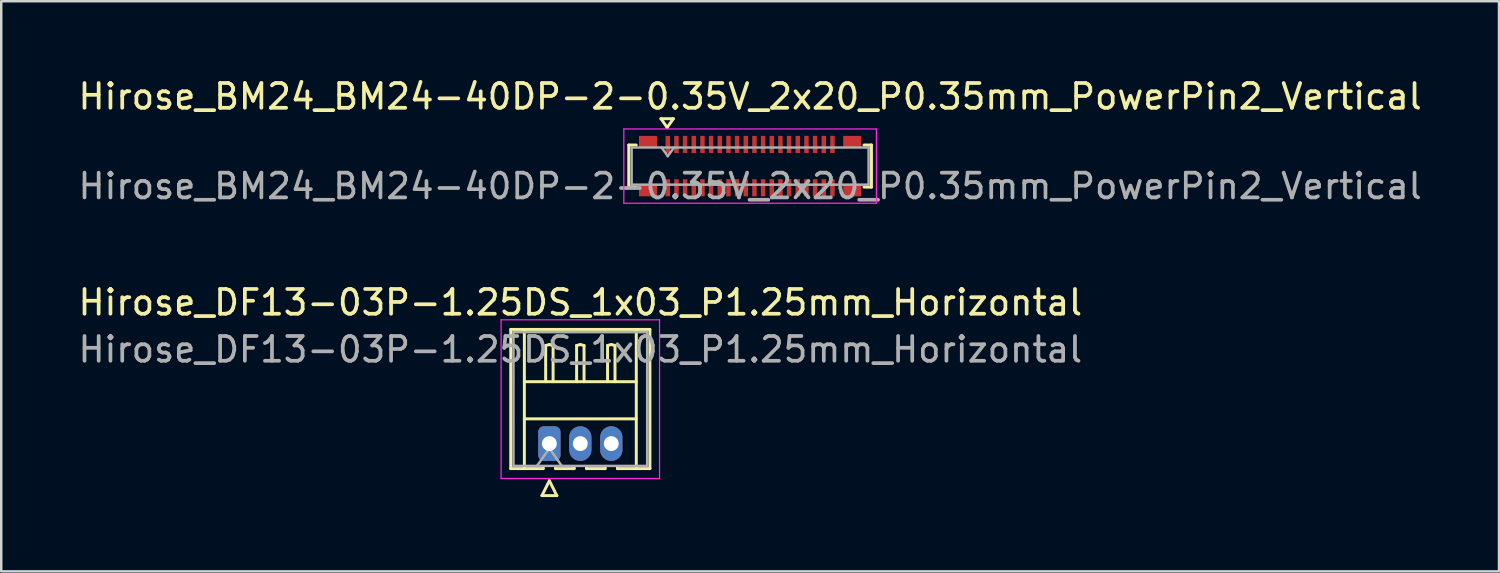
<source format=kicad_pcb>
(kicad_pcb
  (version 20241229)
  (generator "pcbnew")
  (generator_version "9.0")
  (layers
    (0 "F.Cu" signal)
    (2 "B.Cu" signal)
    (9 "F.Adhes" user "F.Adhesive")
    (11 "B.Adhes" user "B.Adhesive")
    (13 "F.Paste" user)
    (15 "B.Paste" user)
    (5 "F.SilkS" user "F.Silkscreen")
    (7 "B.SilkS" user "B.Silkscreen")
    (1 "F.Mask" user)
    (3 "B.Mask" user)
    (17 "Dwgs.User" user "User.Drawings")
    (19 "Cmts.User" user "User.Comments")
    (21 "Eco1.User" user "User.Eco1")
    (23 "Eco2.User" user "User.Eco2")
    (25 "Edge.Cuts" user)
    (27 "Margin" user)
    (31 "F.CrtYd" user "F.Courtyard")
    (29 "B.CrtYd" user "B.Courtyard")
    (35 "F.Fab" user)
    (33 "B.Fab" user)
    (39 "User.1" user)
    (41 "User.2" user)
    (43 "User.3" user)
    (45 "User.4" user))
  (footprint "Hirose_BM24_BM24-40DP-2-0.35V_2x20_P0.35mm_PowerPin2_Vertical"
    (layer "F.Cu")
    (at 27.244 3.658)
    (property "Reference" "Hirose_BM24_BM24-40DP-2-0.35V_2x20_P0.35mm_PowerPin2_Vertical" (at 0 -2.81 0) (layer "F.SilkS") (effects (font (size 1 1) (thickness 0.15))))
    (attr smd)
    (fp_line (start -4.9 -0.85) (end -4.9 0.85) (stroke (width 0.12) (type solid)) (layer "F.SilkS"))
    (fp_line (start -4.9 -0.85) (end -4.6 -0.85) (stroke (width 0.12) (type solid)) (layer "F.SilkS"))
    (fp_line (start -4.9 0.85) (end -4.6 0.85) (stroke (width 0.12) (type solid)) (layer "F.SilkS"))
    (fp_line (start -3.6 -1.914) (end -3.35 -1.56) (stroke (width 0.12) (type solid)) (layer "F.SilkS"))
    (fp_line (start -3.35 -1.56) (end -3.1 -1.914) (stroke (width 0.12) (type solid)) (layer "F.SilkS"))
    (fp_line (start -3.1 -1.914) (end -3.6 -1.914) (stroke (width 0.12) (type solid)) (layer "F.SilkS"))
    (fp_line (start 4.9 -0.85) (end 4.6 -0.85) (stroke (width 0.12) (type solid)) (layer "F.SilkS"))
    (fp_line (start 4.9 -0.85) (end 4.9 0.85) (stroke (width 0.12) (type solid)) (layer "F.SilkS"))
    (fp_line (start 4.9 0.85) (end 4.6 0.85) (stroke (width 0.12) (type solid)) (layer "F.SilkS"))
    (fp_line (start -5.1 -1.5) (end -5.1 1.5) (stroke (width 0.05) (type solid)) (layer "F.CrtYd"))
    (fp_line (start -5.1 1.5) (end 5.1 1.5) (stroke (width 0.05) (type solid)) (layer "F.CrtYd"))
    (fp_line (start 5.1 -1.5) (end -5.1 -1.5) (stroke (width 0.05) (type solid)) (layer "F.CrtYd"))
    (fp_line (start 5.1 1.5) (end 5.1 -1.5) (stroke (width 0.05) (type solid)) (layer "F.CrtYd"))
    (fp_line (start -4.785 -0.75) (end -4.785 0.75) (stroke (width 0.1) (type solid)) (layer "F.Fab"))
    (fp_line (start -4.785 -0.75) (end 4.785 -0.75) (stroke (width 0.1) (type solid)) (layer "F.Fab"))
    (fp_line (start -4.785 0.75) (end 4.785 0.75) (stroke (width 0.1) (type solid)) (layer "F.Fab"))
    (fp_line (start -3.575 -0.75) (end -3.325 -0.4) (stroke (width 0.1) (type solid)) (layer "F.Fab"))
    (fp_line (start -3.325 -0.4) (end -3.075 -0.75) (stroke (width 0.1) (type solid)) (layer "F.Fab"))
    (fp_line (start 4.785 -0.75) (end 4.785 0.75) (stroke (width 0.1) (type solid)) (layer "F.Fab"))
    (fp_text user "${REFERENCE}" (at 0 0.81 0) (layer "F.Fab") (effects (font (size 1 1) (thickness 0.15))))
    (pad "1" smd rect (at -3.325 -0.875) (size 0.18 0.69) (layers "F.Cu" "F.Mask" "F.Paste"))
    (pad "2" smd rect (at -3.325 0.875) (size 0.18 0.69) (layers "F.Cu" "F.Mask" "F.Paste"))
    (pad "3" smd rect (at -2.975 -0.875) (size 0.18 0.69) (layers "F.Cu" "F.Mask" "F.Paste"))
    (pad "4" smd rect (at -2.975 0.875) (size 0.18 0.69) (layers "F.Cu" "F.Mask" "F.Paste"))
    (pad "5" smd rect (at -2.625 -0.875) (size 0.18 0.69) (layers "F.Cu" "F.Mask" "F.Paste"))
    (pad "6" smd rect (at -2.625 0.875) (size 0.18 0.69) (layers "F.Cu" "F.Mask" "F.Paste"))
    (pad "7" smd rect (at -2.275 -0.875) (size 0.18 0.69) (layers "F.Cu" "F.Mask" "F.Paste"))
    (pad "8" smd rect (at -2.275 0.875) (size 0.18 0.69) (layers "F.Cu" "F.Mask" "F.Paste"))
    (pad "9" smd rect (at -1.925 -0.875) (size 0.18 0.69) (layers "F.Cu" "F.Mask" "F.Paste"))
    (pad "10" smd rect (at -1.925 0.875) (size 0.18 0.69) (layers "F.Cu" "F.Mask" "F.Paste"))
    (pad "11" smd rect (at -1.575 -0.875) (size 0.18 0.69) (layers "F.Cu" "F.Mask" "F.Paste"))
    (pad "12" smd rect (at -1.575 0.875) (size 0.18 0.69) (layers "F.Cu" "F.Mask" "F.Paste"))
    (pad "13" smd rect (at -1.225 -0.875) (size 0.18 0.69) (layers "F.Cu" "F.Mask" "F.Paste"))
    (pad "14" smd rect (at -1.225 0.875) (size 0.18 0.69) (layers "F.Cu" "F.Mask" "F.Paste"))
    (pad "15" smd rect (at -0.875 -0.875) (size 0.18 0.69) (layers "F.Cu" "F.Mask" "F.Paste"))
    (pad "16" smd rect (at -0.875 0.875) (size 0.18 0.69) (layers "F.Cu" "F.Mask" "F.Paste"))
    (pad "17" smd rect (at -0.525 -0.875) (size 0.18 0.69) (layers "F.Cu" "F.Mask" "F.Paste"))
    (pad "18" smd rect (at -0.525 0.875) (size 0.18 0.69) (layers "F.Cu" "F.Mask" "F.Paste"))
    (pad "19" smd rect (at -0.175 -0.875) (size 0.18 0.69) (layers "F.Cu" "F.Mask" "F.Paste"))
    (pad "20" smd rect (at -0.175 0.875) (size 0.18 0.69) (layers "F.Cu" "F.Mask" "F.Paste"))
    (pad "21" smd rect (at 0.175 -0.875) (size 0.18 0.69) (layers "F.Cu" "F.Mask" "F.Paste"))
    (pad "22" smd rect (at 0.175 0.875) (size 0.18 0.69) (layers "F.Cu" "F.Mask" "F.Paste"))
    (pad "23" smd rect (at 0.525 -0.875) (size 0.18 0.69) (layers "F.Cu" "F.Mask" "F.Paste"))
    (pad "24" smd rect (at 0.525 0.875) (size 0.18 0.69) (layers "F.Cu" "F.Mask" "F.Paste"))
    (pad "25" smd rect (at 0.875 -0.875) (size 0.18 0.69) (layers "F.Cu" "F.Mask" "F.Paste"))
    (pad "26" smd rect (at 0.875 0.875) (size 0.18 0.69) (layers "F.Cu" "F.Mask" "F.Paste"))
    (pad "27" smd rect (at 1.225 -0.875) (size 0.18 0.69) (layers "F.Cu" "F.Mask" "F.Paste"))
    (pad "28" smd rect (at 1.225 0.875) (size 0.18 0.69) (layers "F.Cu" "F.Mask" "F.Paste"))
    (pad "29" smd rect (at 1.575 -0.875) (size 0.18 0.69) (layers "F.Cu" "F.Mask" "F.Paste"))
    (pad "30" smd rect (at 1.575 0.875) (size 0.18 0.69) (layers "F.Cu" "F.Mask" "F.Paste"))
    (pad "31" smd rect (at 1.925 -0.875) (size 0.18 0.69) (layers "F.Cu" "F.Mask" "F.Paste"))
    (pad "32" smd rect (at 1.925 0.875) (size 0.18 0.69) (layers "F.Cu" "F.Mask" "F.Paste"))
    (pad "33" smd rect (at 2.275 -0.875) (size 0.18 0.69) (layers "F.Cu" "F.Mask" "F.Paste"))
    (pad "34" smd rect (at 2.275 0.875) (size 0.18 0.69) (layers "F.Cu" "F.Mask" "F.Paste"))
    (pad "35" smd rect (at 2.625 -0.875) (size 0.18 0.69) (layers "F.Cu" "F.Mask" "F.Paste"))
    (pad "36" smd rect (at 2.625 0.875) (size 0.18 0.69) (layers "F.Cu" "F.Mask" "F.Paste"))
    (pad "37" smd rect (at 2.975 -0.875) (size 0.18 0.69) (layers "F.Cu" "F.Mask" "F.Paste"))
    (pad "38" smd rect (at 2.975 0.875) (size 0.18 0.69) (layers "F.Cu" "F.Mask" "F.Paste"))
    (pad "39" smd rect (at 3.325 -0.875) (size 0.18 0.69) (layers "F.Cu" "F.Mask" "F.Paste"))
    (pad "40" smd rect (at 3.325 0.875) (size 0.18 0.69) (layers "F.Cu" "F.Mask" "F.Paste"))
    (pad "41" smd rect (at -4.125 -0.975) (size 0.73 0.49) (layers "F.Cu" "F.Mask" "F.Paste"))
    (pad "41" smd rect (at -4.125 0.975) (size 0.73 0.49) (layers "F.Cu" "F.Mask" "F.Paste"))
    (pad "42" smd rect (at 4.125 -0.975) (size 0.73 0.49) (layers "F.Cu" "F.Mask" "F.Paste"))
    (pad "42" smd rect (at 4.125 0.975) (size 0.73 0.49) (layers "F.Cu" "F.Mask" "F.Paste")))
  (footprint "Hirose_DF13-03P-1.25DS_1x03_P1.25mm_Horizontal"
    (layer "F.Cu")
    (at 19.137 14.865)
    (property "Reference" "Hirose_DF13-03P-1.25DS_1x03_P1.25mm_Horizontal" (at 1.25 -5.7 0) (layer "F.SilkS") (effects (font (size 1 1) (thickness 0.15))))
    (attr through_hole)
    (fp_line (start -1.56 -4.61) (end 4.06 -4.61) (stroke (width 0.12) (type solid)) (layer "F.SilkS"))
    (fp_line (start -1.56 1.01) (end -1.56 -4.61) (stroke (width 0.12) (type solid)) (layer "F.SilkS"))
    (fp_line (start -1.01 -4.61) (end -1.01 1.01) (stroke (width 0.12) (type solid)) (layer "F.SilkS"))
    (fp_line (start -1.01 -2.5) (end 3.51 -2.5) (stroke (width 0.12) (type solid)) (layer "F.SilkS"))
    (fp_line (start -1.01 -1) (end 3.51 -1) (stroke (width 0.12) (type solid)) (layer "F.SilkS"))
    (fp_line (start -0.3 2.1) (end 0.3 2.1) (stroke (width 0.12) (type solid)) (layer "F.SilkS"))
    (fp_line (start -0.25 0.96) (end -0.25 1.01) (stroke (width 0.12) (type solid)) (layer "F.SilkS"))
    (fp_line (start -0.25 1.01) (end -1.56 1.01) (stroke (width 0.12) (type solid)) (layer "F.SilkS"))
    (fp_line (start -0.15 -3.962) (end 0 -4) (stroke (width 0.12) (type solid)) (layer "F.SilkS"))
    (fp_line (start -0.15 -2.5) (end -0.15 -3.962) (stroke (width 0.12) (type solid)) (layer "F.SilkS"))
    (fp_line (start 0 -4) (end 0.15 -3.962) (stroke (width 0.12) (type solid)) (layer "F.SilkS"))
    (fp_line (start 0 1.5) (end -0.3 2.1) (stroke (width 0.12) (type solid)) (layer "F.SilkS"))
    (fp_line (start 0.15 -3.962) (end 0.15 -2.5) (stroke (width 0.12) (type solid)) (layer "F.SilkS"))
    (fp_line (start 0.25 0.96) (end 0.25 1.01) (stroke (width 0.12) (type solid)) (layer "F.SilkS"))
    (fp_line (start 0.25 1.01) (end 1 1.01) (stroke (width 0.12) (type solid)) (layer "F.SilkS"))
    (fp_line (start 0.3 2.1) (end 0 1.5) (stroke (width 0.12) (type solid)) (layer "F.SilkS"))
    (fp_line (start 1 1.01) (end 1 0.96) (stroke (width 0.12) (type solid)) (layer "F.SilkS"))
    (fp_line (start 1.1 -3.962) (end 1.25 -4) (stroke (width 0.12) (type solid)) (layer "F.SilkS"))
    (fp_line (start 1.1 -2.5) (end 1.1 -3.962) (stroke (width 0.12) (type solid)) (layer "F.SilkS"))
    (fp_line (start 1.25 -4) (end 1.4 -3.962) (stroke (width 0.12) (type solid)) (layer "F.SilkS"))
    (fp_line (start 1.4 -3.962) (end 1.4 -2.5) (stroke (width 0.12) (type solid)) (layer "F.SilkS"))
    (fp_line (start 1.5 0.96) (end 1.5 1.01) (stroke (width 0.12) (type solid)) (layer "F.SilkS"))
    (fp_line (start 1.5 1.01) (end 2.25 1.01) (stroke (width 0.12) (type solid)) (layer "F.SilkS"))
    (fp_line (start 2.25 1.01) (end 2.25 0.96) (stroke (width 0.12) (type solid)) (layer "F.SilkS"))
    (fp_line (start 2.35 -3.962) (end 2.5 -4) (stroke (width 0.12) (type solid)) (layer "F.SilkS"))
    (fp_line (start 2.35 -2.5) (end 2.35 -3.962) (stroke (width 0.12) (type solid)) (layer "F.SilkS"))
    (fp_line (start 2.5 -4) (end 2.65 -3.962) (stroke (width 0.12) (type solid)) (layer "F.SilkS"))
    (fp_line (start 2.65 -3.962) (end 2.65 -2.5) (stroke (width 0.12) (type solid)) (layer "F.SilkS"))
    (fp_line (start 2.75 1.01) (end 2.75 0.96) (stroke (width 0.12) (type solid)) (layer "F.SilkS"))
    (fp_line (start 3.51 -4.61) (end 3.51 1.01) (stroke (width 0.12) (type solid)) (layer "F.SilkS"))
    (fp_line (start 4.06 -4.61) (end 4.06 1.01) (stroke (width 0.12) (type solid)) (layer "F.SilkS"))
    (fp_line (start 4.06 1.01) (end 2.75 1.01) (stroke (width 0.12) (type solid)) (layer "F.SilkS"))
    (fp_line (start -1.95 -5) (end -1.95 1.41) (stroke (width 0.05) (type solid)) (layer "F.CrtYd"))
    (fp_line (start -1.95 1.41) (end 4.45 1.41) (stroke (width 0.05) (type solid)) (layer "F.CrtYd"))
    (fp_line (start 4.45 -5) (end -1.95 -5) (stroke (width 0.05) (type solid)) (layer "F.CrtYd"))
    (fp_line (start 4.45 1.41) (end 4.45 -5) (stroke (width 0.05) (type solid)) (layer "F.CrtYd"))
    (fp_line (start -1.45 -4.5) (end -1.45 0.9) (stroke (width 0.1) (type solid)) (layer "F.Fab"))
    (fp_line (start -1.45 0.9) (end 3.95 0.9) (stroke (width 0.1) (type solid)) (layer "F.Fab"))
    (fp_line (start -0.5 0.9) (end 0 0.193) (stroke (width 0.1) (type solid)) (layer "F.Fab"))
    (fp_line (start 0 0.193) (end 0.5 0.9) (stroke (width 0.1) (type solid)) (layer "F.Fab"))
    (fp_line (start 3.95 -4.5) (end -1.45 -4.5) (stroke (width 0.1) (type solid)) (layer "F.Fab"))
    (fp_line (start 3.95 0.9) (end 3.95 -4.5) (stroke (width 0.1) (type solid)) (layer "F.Fab"))
    (fp_text user "${REFERENCE}" (at 1.25 -3.8 0) (layer "F.Fab") (effects (font (size 1 1) (thickness 0.15))))
    (pad "1" thru_hole roundrect (at 0 0) (size 0.9 1.4) (drill 0.6) (layers "*.Cu" "*.Mask") (roundrect_rratio 0.25))
    (pad "2" thru_hole oval (at 1.25 0) (size 0.9 1.4) (drill 0.6) (layers "*.Cu" "*.Mask"))
    (pad "3" thru_hole oval (at 2.5 0) (size 0.9 1.4) (drill 0.6) (layers "*.Cu" "*.Mask")))
  (gr_rect
    (start -3 -3)
    (end 57.488 20.025)
    (stroke (width 0.1) (type default))
    (fill no)
    (layer "Edge.Cuts")))
</source>
